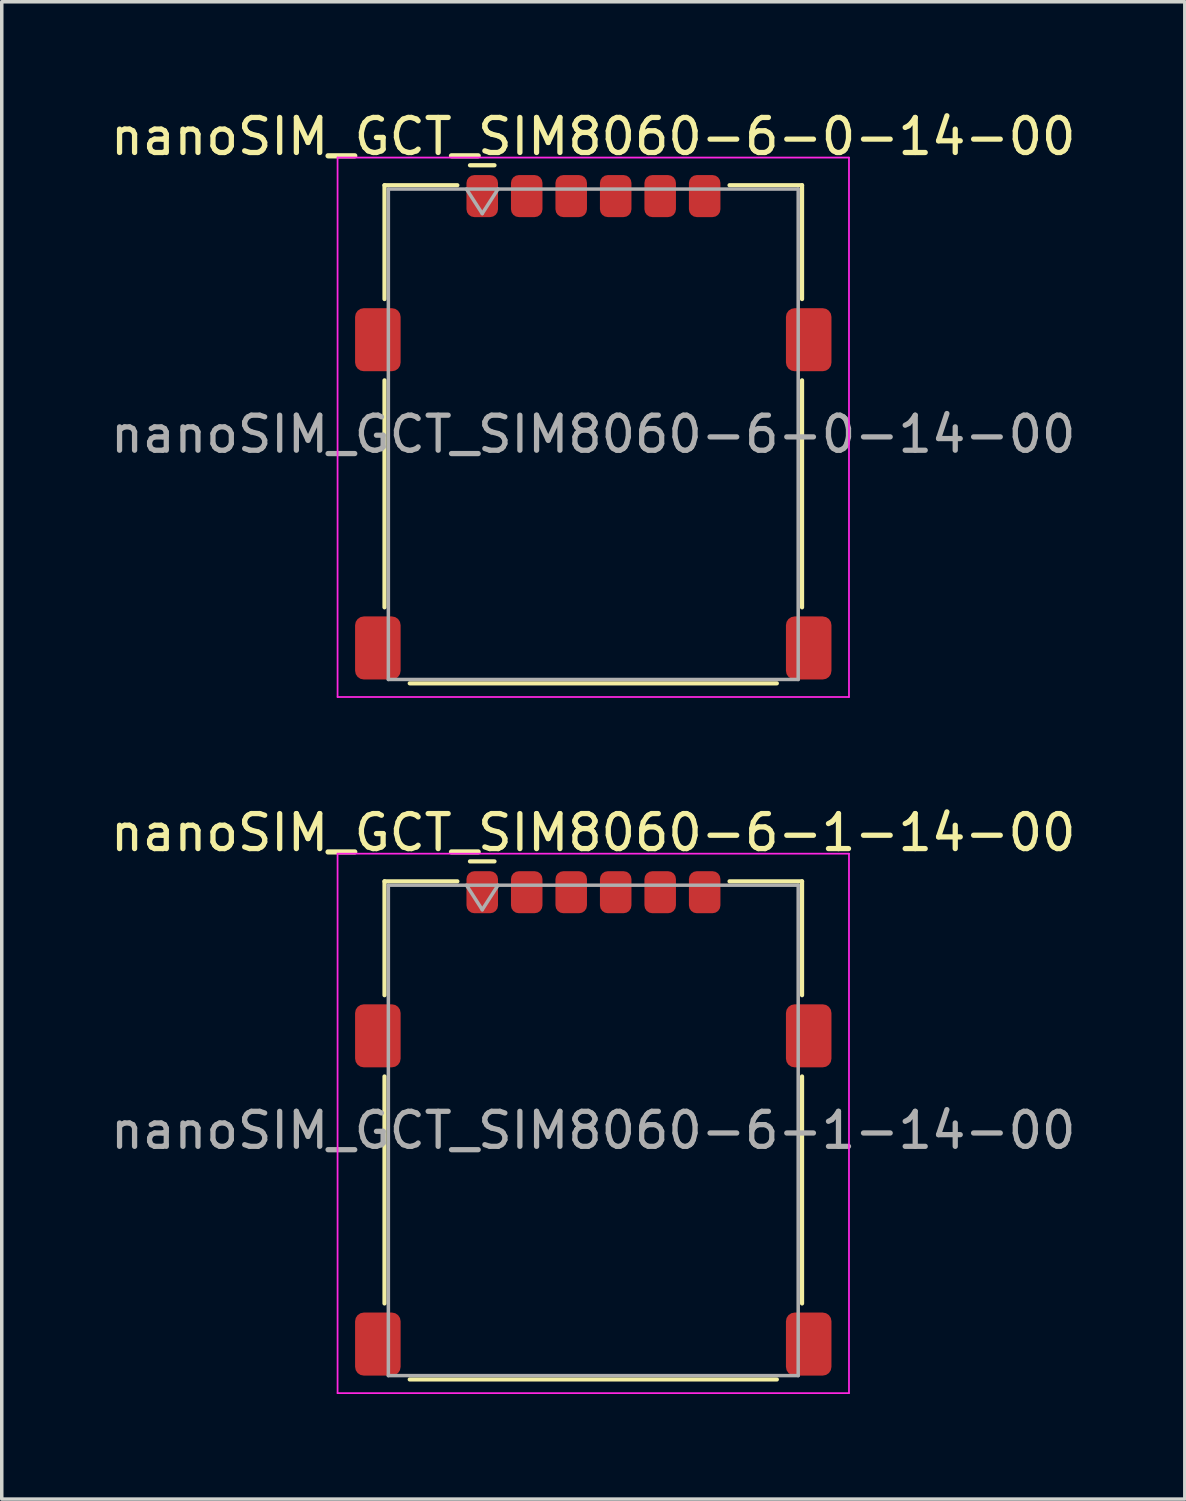
<source format=kicad_pcb>
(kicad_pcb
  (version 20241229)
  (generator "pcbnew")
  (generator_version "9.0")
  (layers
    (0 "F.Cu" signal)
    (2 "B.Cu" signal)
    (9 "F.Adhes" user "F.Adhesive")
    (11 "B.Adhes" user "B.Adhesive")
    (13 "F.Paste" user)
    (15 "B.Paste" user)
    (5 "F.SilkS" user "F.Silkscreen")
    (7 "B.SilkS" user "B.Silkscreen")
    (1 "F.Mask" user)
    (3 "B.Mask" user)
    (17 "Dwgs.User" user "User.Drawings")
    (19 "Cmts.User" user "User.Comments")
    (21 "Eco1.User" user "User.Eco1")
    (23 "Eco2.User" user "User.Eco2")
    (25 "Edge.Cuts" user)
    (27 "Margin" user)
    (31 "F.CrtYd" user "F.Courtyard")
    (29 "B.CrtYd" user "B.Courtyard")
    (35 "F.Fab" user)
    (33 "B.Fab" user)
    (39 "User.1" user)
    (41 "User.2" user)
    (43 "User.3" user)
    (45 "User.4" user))
  (footprint "nanoSIM_GCT_SIM8060-6-0-14-00"
    (layer "F.Cu")
    (at 13.887 9.348)
    (property "Reference" "nanoSIM_GCT_SIM8060-6-0-14-00" (at 0 -8.5 0) (layer "F.SilkS") (effects (font (size 1 1) (thickness 0.15))))
    (attr smd)
    (fp_line (start -5.96 -7.11) (end -5.96 -3.86) (stroke (width 0.12) (type default)) (layer "F.SilkS"))
    (fp_line (start -5.96 -7.11) (end -3.88 -7.11) (stroke (width 0.12) (type default)) (layer "F.SilkS"))
    (fp_line (start -5.96 -1.54) (end -5.96 4.94) (stroke (width 0.12) (type default)) (layer "F.SilkS"))
    (fp_line (start -5.24 7.11) (end 5.24 7.11) (stroke (width 0.12) (type default)) (layer "F.SilkS"))
    (fp_line (start -3.52 -7.68) (end -2.82 -7.68) (stroke (width 0.12) (type default)) (layer "F.SilkS"))
    (fp_line (start 3.89 -7.11) (end 5.96 -7.11) (stroke (width 0.12) (type default)) (layer "F.SilkS"))
    (fp_line (start 5.96 -7.11) (end 5.96 -3.86) (stroke (width 0.12) (type default)) (layer "F.SilkS"))
    (fp_line (start 5.96 -1.54) (end 5.96 4.94) (stroke (width 0.12) (type default)) (layer "F.SilkS"))
    (fp_line (start -7.3 -7.9) (end -7.3 7.5) (stroke (width 0.05) (type default)) (layer "F.CrtYd"))
    (fp_line (start -7.3 -7.9) (end 7.3 -7.9) (stroke (width 0.05) (type default)) (layer "F.CrtYd"))
    (fp_line (start -7.3 7.5) (end 7.3 7.5) (stroke (width 0.05) (type default)) (layer "F.CrtYd"))
    (fp_line (start 7.3 -7.9) (end 7.3 7.5) (stroke (width 0.05) (type default)) (layer "F.CrtYd"))
    (fp_line (start -5.85 -7) (end -5.85 7) (stroke (width 0.1) (type default)) (layer "F.Fab"))
    (fp_line (start -5.85 -7) (end 5.85 -7) (stroke (width 0.1) (type default)) (layer "F.Fab"))
    (fp_line (start -5.85 7) (end 5.85 7) (stroke (width 0.1) (type default)) (layer "F.Fab"))
    (fp_line (start -3.17 -6.3) (end -3.62 -7) (stroke (width 0.1) (type default)) (layer "F.Fab"))
    (fp_line (start -3.17 -6.3) (end -2.72 -7) (stroke (width 0.1) (type default)) (layer "F.Fab"))
    (fp_line (start 5.85 -7) (end 5.85 7) (stroke (width 0.1) (type default)) (layer "F.Fab"))
    (fp_text user "${REFERENCE}" (at 0 0 0) (layer "F.Fab") (effects (font (size 1 1) (thickness 0.15))))
    (pad "1" smd roundrect (at -3.17 -6.8) (size 0.9 1.2) (layers "F.Cu" "F.Mask" "F.Paste") (roundrect_rratio 0.25))
    (pad "2" smd roundrect (at -0.63 -6.8) (size 0.9 1.2) (layers "F.Cu" "F.Mask" "F.Paste") (roundrect_rratio 0.25))
    (pad "3" smd roundrect (at 1.91 -6.8) (size 0.9 1.2) (layers "F.Cu" "F.Mask" "F.Paste") (roundrect_rratio 0.25))
    (pad "5" smd roundrect (at -1.9 -6.8) (size 0.9 1.2) (layers "F.Cu" "F.Mask" "F.Paste") (roundrect_rratio 0.25))
    (pad "6" smd roundrect (at 0.64 -6.8) (size 0.9 1.2) (layers "F.Cu" "F.Mask" "F.Paste") (roundrect_rratio 0.25))
    (pad "7" smd roundrect (at 3.18 -6.8) (size 0.9 1.2) (layers "F.Cu" "F.Mask" "F.Paste") (roundrect_rratio 0.25))
    (pad "SH" smd roundrect (at -6.15 -2.7) (size 1.3 1.8) (layers "F.Cu" "F.Mask" "F.Paste") (roundrect_rratio 0.192))
    (pad "SH" smd roundrect (at -6.15 6.1) (size 1.3 1.8) (layers "F.Cu" "F.Mask" "F.Paste") (roundrect_rratio 0.192))
    (pad "SH" smd roundrect (at 6.15 -2.7) (size 1.3 1.8) (layers "F.Cu" "F.Mask" "F.Paste") (roundrect_rratio 0.192))
    (pad "SH" smd roundrect (at 6.15 6.1) (size 1.3 1.8) (layers "F.Cu" "F.Mask" "F.Paste") (roundrect_rratio 0.192))
    (zone (net_name "") (layers "F.Cu" "F.CrtYd") (hatch edge 0.5) (connect_pads) (min_thickness 0.25) (filled_areas_thickness no) (keepout (tracks not_allowed) (vias not_allowed) (pads not_allowed) (copperpour not_allowed) (footprints allowed)) (placement (enabled no)) (fill) (polygon (pts (xy 9.957 11.948) (xy 12.397 11.948) (xy 12.397 15.648) (xy 9.957 15.648))))
    (zone (net_name "") (layers "F.Cu" "F.CrtYd") (hatch edge 0.5) (connect_pads) (min_thickness 0.25) (filled_areas_thickness no) (keepout (tracks not_allowed) (vias not_allowed) (pads not_allowed) (copperpour not_allowed) (footprints allowed)) (placement (enabled no)) (fill) (polygon (pts (xy 10.697 4.928) (xy 11.997 4.928) (xy 11.997 8.628) (xy 10.697 8.628))))
    (zone (net_name "") (layers "F.Cu" "F.CrtYd") (hatch edge 0.5) (connect_pads) (min_thickness 0.25) (filled_areas_thickness no) (keepout (tracks not_allowed) (vias not_allowed) (pads not_allowed) (copperpour not_allowed) (footprints allowed)) (placement (enabled no)) (fill) (polygon (pts (xy 13.237 4.928) (xy 13.237 8.628) (xy 14.537 8.628) (xy 14.537 4.928))))
    (zone (net_name "") (layers "F.Cu" "F.CrtYd") (hatch edge 0.5) (connect_pads) (min_thickness 0.25) (filled_areas_thickness no) (keepout (tracks not_allowed) (vias not_allowed) (pads not_allowed) (copperpour not_allowed) (footprints allowed)) (placement (enabled no)) (fill) (polygon (pts (xy 13.237 11.948) (xy 14.537 11.948) (xy 14.537 15.648) (xy 13.237 15.648))))
    (zone (net_name "") (layers "F.Cu" "F.CrtYd") (hatch edge 0.5) (connect_pads) (min_thickness 0.25) (filled_areas_thickness no) (keepout (tracks not_allowed) (vias not_allowed) (pads not_allowed) (copperpour not_allowed) (footprints allowed)) (placement (enabled no)) (fill) (polygon (pts (xy 15.777 4.928) (xy 15.777 8.628) (xy 17.077 8.628) (xy 17.077 4.928))))
    (zone (net_name "") (layers "F.Cu" "F.CrtYd") (hatch edge 0.5) (connect_pads) (min_thickness 0.25) (filled_areas_thickness no) (keepout (tracks not_allowed) (vias not_allowed) (pads not_allowed) (copperpour not_allowed) (footprints allowed)) (placement (enabled no)) (fill) (polygon (pts (xy 15.777 11.948) (xy 17.077 11.948) (xy 17.077 15.648) (xy 15.777 15.648)))))
  (footprint "nanoSIM_GCT_SIM8060-6-1-14-00"
    (layer "F.Cu")
    (at 13.887 29.221)
    (property "Reference" "nanoSIM_GCT_SIM8060-6-1-14-00" (at 0 -8.5 0) (layer "F.SilkS") (effects (font (size 1 1) (thickness 0.15))))
    (attr smd)
    (fp_line (start -5.96 -7.11) (end -5.96 -3.86) (stroke (width 0.12) (type default)) (layer "F.SilkS"))
    (fp_line (start -5.96 -7.11) (end -3.88 -7.11) (stroke (width 0.12) (type default)) (layer "F.SilkS"))
    (fp_line (start -5.96 -1.54) (end -5.96 4.94) (stroke (width 0.12) (type default)) (layer "F.SilkS"))
    (fp_line (start -5.24 7.11) (end 5.24 7.11) (stroke (width 0.12) (type default)) (layer "F.SilkS"))
    (fp_line (start -3.52 -7.68) (end -2.82 -7.68) (stroke (width 0.12) (type default)) (layer "F.SilkS"))
    (fp_line (start 3.89 -7.11) (end 5.96 -7.11) (stroke (width 0.12) (type default)) (layer "F.SilkS"))
    (fp_line (start 5.96 -7.11) (end 5.96 -3.86) (stroke (width 0.12) (type default)) (layer "F.SilkS"))
    (fp_line (start 5.96 -1.54) (end 5.96 4.94) (stroke (width 0.12) (type default)) (layer "F.SilkS"))
    (fp_line (start -7.3 -7.9) (end -7.3 7.5) (stroke (width 0.05) (type default)) (layer "F.CrtYd"))
    (fp_line (start -7.3 -7.9) (end 7.3 -7.9) (stroke (width 0.05) (type default)) (layer "F.CrtYd"))
    (fp_line (start -7.3 7.5) (end 7.3 7.5) (stroke (width 0.05) (type default)) (layer "F.CrtYd"))
    (fp_line (start 7.3 -7.9) (end 7.3 7.5) (stroke (width 0.05) (type default)) (layer "F.CrtYd"))
    (fp_line (start -5.85 -7) (end -5.85 7) (stroke (width 0.1) (type default)) (layer "F.Fab"))
    (fp_line (start -5.85 -7) (end 5.85 -7) (stroke (width 0.1) (type default)) (layer "F.Fab"))
    (fp_line (start -5.85 7) (end 5.85 7) (stroke (width 0.1) (type default)) (layer "F.Fab"))
    (fp_line (start -3.17 -6.3) (end -3.62 -7) (stroke (width 0.1) (type default)) (layer "F.Fab"))
    (fp_line (start -3.17 -6.3) (end -2.72 -7) (stroke (width 0.1) (type default)) (layer "F.Fab"))
    (fp_line (start 5.85 -7) (end 5.85 7) (stroke (width 0.1) (type default)) (layer "F.Fab"))
    (fp_text user "${REFERENCE}" (at 0 0 0) (layer "F.Fab") (effects (font (size 1 1) (thickness 0.15))))
    (pad "1" smd roundrect (at -3.17 -6.8) (size 0.9 1.2) (layers "F.Cu" "F.Mask" "F.Paste") (roundrect_rratio 0.25))
    (pad "2" smd roundrect (at -0.63 -6.8) (size 0.9 1.2) (layers "F.Cu" "F.Mask" "F.Paste") (roundrect_rratio 0.25))
    (pad "3" smd roundrect (at 1.91 -6.8) (size 0.9 1.2) (layers "F.Cu" "F.Mask" "F.Paste") (roundrect_rratio 0.25))
    (pad "5" smd roundrect (at -1.9 -6.8) (size 0.9 1.2) (layers "F.Cu" "F.Mask" "F.Paste") (roundrect_rratio 0.25))
    (pad "6" smd roundrect (at 0.64 -6.8) (size 0.9 1.2) (layers "F.Cu" "F.Mask" "F.Paste") (roundrect_rratio 0.25))
    (pad "7" smd roundrect (at 3.18 -6.8) (size 0.9 1.2) (layers "F.Cu" "F.Mask" "F.Paste") (roundrect_rratio 0.25))
    (pad "SH" smd roundrect (at -6.15 -2.7) (size 1.3 1.8) (layers "F.Cu" "F.Mask" "F.Paste") (roundrect_rratio 0.192))
    (pad "SH" smd roundrect (at 6.15 -2.7) (size 1.3 1.8) (layers "F.Cu" "F.Mask" "F.Paste") (roundrect_rratio 0.192))
    (pad "SH" smd roundrect (at 6.15 6.1) (size 1.3 1.8) (layers "F.Cu" "F.Mask" "F.Paste") (roundrect_rratio 0.192))
    (pad "SW" smd roundrect (at -6.15 6.1) (size 1.3 1.8) (layers "F.Cu" "F.Mask" "F.Paste") (roundrect_rratio 0.192))
    (zone (net_name "") (layers "F.Cu" "F.CrtYd") (hatch edge 0.5) (connect_pads) (min_thickness 0.25) (filled_areas_thickness no) (keepout (tracks not_allowed) (vias not_allowed) (pads not_allowed) (copperpour not_allowed) (footprints allowed)) (placement (enabled no)) (fill) (polygon (pts (xy 9.957 31.822) (xy 12.397 31.822) (xy 12.397 35.522) (xy 9.957 35.522))))
    (zone (net_name "") (layers "F.Cu" "F.CrtYd") (hatch edge 0.5) (connect_pads) (min_thickness 0.25) (filled_areas_thickness no) (keepout (tracks not_allowed) (vias not_allowed) (pads not_allowed) (copperpour not_allowed) (footprints allowed)) (placement (enabled no)) (fill) (polygon (pts (xy 10.697 24.802) (xy 11.997 24.802) (xy 11.997 28.502) (xy 10.697 28.502))))
    (zone (net_name "") (layers "F.Cu" "F.CrtYd") (hatch edge 0.5) (connect_pads) (min_thickness 0.25) (filled_areas_thickness no) (keepout (tracks not_allowed) (vias not_allowed) (pads not_allowed) (copperpour not_allowed) (footprints allowed)) (placement (enabled no)) (fill) (polygon (pts (xy 13.237 24.802) (xy 13.237 28.502) (xy 14.537 28.502) (xy 14.537 24.802))))
    (zone (net_name "") (layers "F.Cu" "F.CrtYd") (hatch edge 0.5) (connect_pads) (min_thickness 0.25) (filled_areas_thickness no) (keepout (tracks not_allowed) (vias not_allowed) (pads not_allowed) (copperpour not_allowed) (footprints allowed)) (placement (enabled no)) (fill) (polygon (pts (xy 13.237 31.822) (xy 14.537 31.822) (xy 14.537 35.522) (xy 13.237 35.522))))
    (zone (net_name "") (layers "F.Cu" "F.CrtYd") (hatch edge 0.5) (connect_pads) (min_thickness 0.25) (filled_areas_thickness no) (keepout (tracks not_allowed) (vias not_allowed) (pads not_allowed) (copperpour not_allowed) (footprints allowed)) (placement (enabled no)) (fill) (polygon (pts (xy 15.777 24.802) (xy 15.777 28.502) (xy 17.077 28.502) (xy 17.077 24.802))))
    (zone (net_name "") (layers "F.Cu" "F.CrtYd") (hatch edge 0.5) (connect_pads) (min_thickness 0.25) (filled_areas_thickness no) (keepout (tracks not_allowed) (vias not_allowed) (pads not_allowed) (copperpour not_allowed) (footprints allowed)) (placement (enabled no)) (fill) (polygon (pts (xy 15.777 31.822) (xy 17.077 31.822) (xy 17.077 35.522) (xy 15.777 35.522)))))
  (gr_rect
    (start -3 -3)
    (end 30.774 39.746)
    (stroke (width 0.1) (type default))
    (fill no)
    (layer "Edge.Cuts")))
</source>
